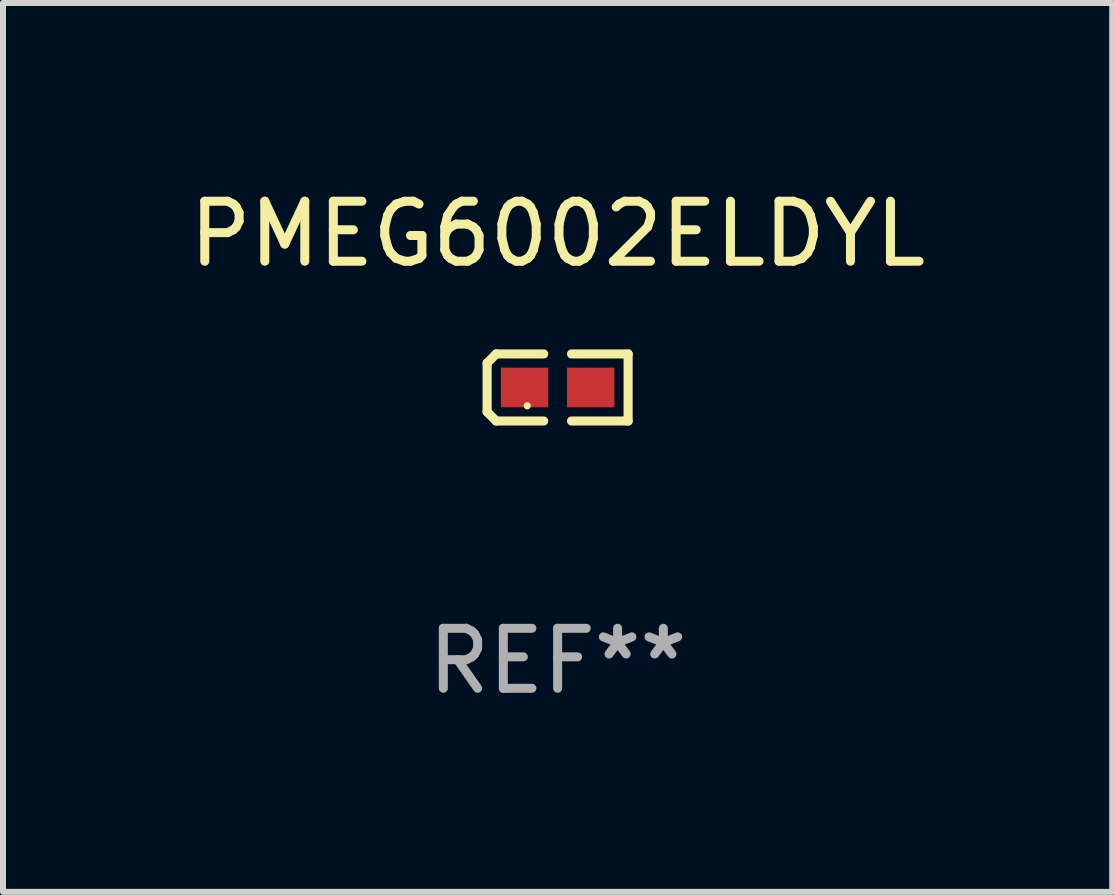
<source format=kicad_pcb>
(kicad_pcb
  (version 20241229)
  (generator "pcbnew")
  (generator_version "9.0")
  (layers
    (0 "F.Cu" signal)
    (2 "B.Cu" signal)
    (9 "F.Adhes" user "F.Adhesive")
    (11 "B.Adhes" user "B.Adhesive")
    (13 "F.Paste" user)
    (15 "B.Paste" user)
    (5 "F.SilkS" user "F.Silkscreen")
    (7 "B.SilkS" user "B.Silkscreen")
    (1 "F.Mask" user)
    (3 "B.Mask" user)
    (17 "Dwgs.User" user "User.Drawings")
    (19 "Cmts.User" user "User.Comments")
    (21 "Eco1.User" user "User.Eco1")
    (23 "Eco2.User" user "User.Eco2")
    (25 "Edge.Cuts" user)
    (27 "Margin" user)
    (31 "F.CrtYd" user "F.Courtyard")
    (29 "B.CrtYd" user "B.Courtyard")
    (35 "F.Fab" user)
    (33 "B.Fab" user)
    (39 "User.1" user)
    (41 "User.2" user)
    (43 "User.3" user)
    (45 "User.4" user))
  (footprint "PMEG6002ELDYL"
    (layer "F.Cu")
    (at 6.244 3.408)
    (property "Reference" "PMEG6002ELDYL" (at 0 -2.559 0) (layer "F.SilkS") (effects (font (size 1 1) (thickness 0.15))))
    (attr through_hole)
    (fp_line (start -1.175 -0.407) (end -1.023 -0.559) (stroke (width 0.152) (type solid)) (layer "F.SilkS"))
    (fp_line (start -1.175 0.407) (end -1.175 -0.407) (stroke (width 0.152) (type solid)) (layer "F.SilkS"))
    (fp_line (start -1.023 -0.559) (end -0.232 -0.559) (stroke (width 0.152) (type solid)) (layer "F.SilkS"))
    (fp_line (start -1.023 0.559) (end -1.175 0.407) (stroke (width 0.152) (type solid)) (layer "F.SilkS"))
    (fp_line (start -0.232 0.559) (end -1.023 0.559) (stroke (width 0.152) (type solid)) (layer "F.SilkS"))
    (fp_line (start 0.232 0.559) (end 1.175 0.559) (stroke (width 0.152) (type solid)) (layer "F.SilkS"))
    (fp_line (start 1.175 -0.559) (end 0.232 -0.559) (stroke (width 0.152) (type solid)) (layer "F.SilkS"))
    (fp_line (start 1.175 0.559) (end 1.175 -0.559) (stroke (width 0.152) (type solid)) (layer "F.SilkS"))
    (fp_circle (center -0.506 0.306) (end -0.476 0.306) (stroke (width 0.06) (type solid)) (fill no) (layer "F.SilkS"))
    (fp_text user "REF**" (at 0 4.559 0) (layer "F.Fab") (effects (font (size 1 1) (thickness 0.15))))
    (pad "1" smd rect (at -0.551 0) (size 0.79 0.661) (layers "F.Cu" "F.Mask" "F.Paste"))
    (pad "2" smd rect (at 0.551 0) (size 0.79 0.661) (layers "F.Cu" "F.Mask" "F.Paste")))
  (gr_rect
    (start -3 -3)
    (end 15.488 11.815)
    (stroke (width 0.1) (type default))
    (fill no)
    (layer "Edge.Cuts")))
</source>
